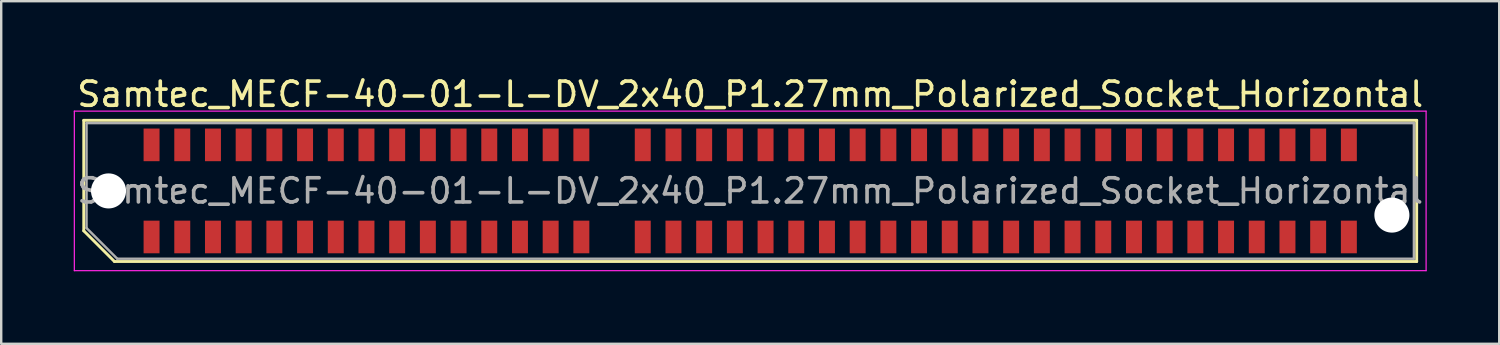
<source format=kicad_pcb>
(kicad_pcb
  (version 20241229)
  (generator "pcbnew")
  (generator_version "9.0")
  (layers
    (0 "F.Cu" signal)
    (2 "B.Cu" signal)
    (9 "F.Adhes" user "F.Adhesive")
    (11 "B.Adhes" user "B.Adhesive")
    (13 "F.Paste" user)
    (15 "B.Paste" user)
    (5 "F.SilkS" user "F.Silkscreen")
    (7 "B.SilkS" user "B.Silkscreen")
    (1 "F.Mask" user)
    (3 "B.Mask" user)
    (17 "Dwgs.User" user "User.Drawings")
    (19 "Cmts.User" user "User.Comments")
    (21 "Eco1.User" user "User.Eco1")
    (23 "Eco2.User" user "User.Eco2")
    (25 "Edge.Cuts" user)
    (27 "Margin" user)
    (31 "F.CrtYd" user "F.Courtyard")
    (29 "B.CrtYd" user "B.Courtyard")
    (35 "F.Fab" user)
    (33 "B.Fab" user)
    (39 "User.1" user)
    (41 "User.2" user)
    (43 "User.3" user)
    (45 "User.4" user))
  (footprint "Samtec_MECF-40-01-L-DV_2x40_P1.27mm_Polarized_Socket_Horizontal"
    (layer "F.Cu")
    (at 27.985 4.848)
    (property "Reference" "Samtec_MECF-40-01-L-DV_2x40_P1.27mm_Polarized_Socket_Horizontal" (at 0 -4 0) (layer "F.SilkS") (effects (font (size 1 1) (thickness 0.15))))
    (attr smd)
    (fp_line (start -27.57 -2.92) (end 27.57 -2.92) (stroke (width 0.12) (type solid)) (layer "F.SilkS"))
    (fp_line (start -27.57 1.65) (end -27.57 -2.92) (stroke (width 0.12) (type solid)) (layer "F.SilkS"))
    (fp_line (start -26.3 2.92) (end -27.57 1.65) (stroke (width 0.12) (type solid)) (layer "F.SilkS"))
    (fp_line (start -26.3 2.92) (end 27.57 2.92) (stroke (width 0.12) (type solid)) (layer "F.SilkS"))
    (fp_line (start 27.57 2.92) (end 27.57 -2.92) (stroke (width 0.12) (type solid)) (layer "F.SilkS"))
    (fp_line (start -27.96 -3.3) (end -27.96 3.3) (stroke (width 0.05) (type solid)) (layer "F.CrtYd"))
    (fp_line (start -27.96 3.3) (end 27.96 3.3) (stroke (width 0.05) (type solid)) (layer "F.CrtYd"))
    (fp_line (start 27.96 -3.3) (end -27.96 -3.3) (stroke (width 0.05) (type solid)) (layer "F.CrtYd"))
    (fp_line (start 27.96 3.3) (end 27.96 -3.3) (stroke (width 0.05) (type solid)) (layer "F.CrtYd"))
    (fp_line (start -27.455 -2.805) (end 27.455 -2.805) (stroke (width 0.1) (type solid)) (layer "F.Fab"))
    (fp_line (start -27.455 1.535) (end -27.455 -2.805) (stroke (width 0.1) (type solid)) (layer "F.Fab"))
    (fp_line (start -27.455 1.535) (end -26.185 2.805) (stroke (width 0.1) (type solid)) (layer "F.Fab"))
    (fp_line (start -26.185 2.805) (end 27.455 2.805) (stroke (width 0.1) (type solid)) (layer "F.Fab"))
    (fp_line (start 27.455 2.805) (end 27.455 -2.805) (stroke (width 0.1) (type solid)) (layer "F.Fab"))
    (fp_text user "${REFERENCE}" (at 0 0 0) (layer "F.Fab") (effects (font (size 1 1) (thickness 0.15))))
    (pad "" np_thru_hole circle (at -26.545 0) (size 1.45 1.45) (drill 1.45) (layers "*.Cu" "*.Mask"))
    (pad "" np_thru_hole circle (at 26.545 1) (size 1.45 1.45) (drill 1.45) (layers "*.Cu" "*.Mask"))
    (pad "1" smd rect (at -24.765 1.905) (size 0.66 1.35) (layers "F.Cu" "F.Mask" "F.Paste"))
    (pad "2" smd rect (at -24.765 -1.905) (size 0.66 1.35) (layers "F.Cu" "F.Mask" "F.Paste"))
    (pad "3" smd rect (at -23.495 1.905) (size 0.66 1.35) (layers "F.Cu" "F.Mask" "F.Paste"))
    (pad "4" smd rect (at -23.495 -1.905) (size 0.66 1.35) (layers "F.Cu" "F.Mask" "F.Paste"))
    (pad "5" smd rect (at -22.225 1.905) (size 0.66 1.35) (layers "F.Cu" "F.Mask" "F.Paste"))
    (pad "6" smd rect (at -22.225 -1.905) (size 0.66 1.35) (layers "F.Cu" "F.Mask" "F.Paste"))
    (pad "7" smd rect (at -20.955 1.905) (size 0.66 1.35) (layers "F.Cu" "F.Mask" "F.Paste"))
    (pad "8" smd rect (at -20.955 -1.905) (size 0.66 1.35) (layers "F.Cu" "F.Mask" "F.Paste"))
    (pad "9" smd rect (at -19.685 1.905) (size 0.66 1.35) (layers "F.Cu" "F.Mask" "F.Paste"))
    (pad "10" smd rect (at -19.685 -1.905) (size 0.66 1.35) (layers "F.Cu" "F.Mask" "F.Paste"))
    (pad "11" smd rect (at -18.415 1.905) (size 0.66 1.35) (layers "F.Cu" "F.Mask" "F.Paste"))
    (pad "12" smd rect (at -18.415 -1.905) (size 0.66 1.35) (layers "F.Cu" "F.Mask" "F.Paste"))
    (pad "13" smd rect (at -17.145 1.905) (size 0.66 1.35) (layers "F.Cu" "F.Mask" "F.Paste"))
    (pad "14" smd rect (at -17.145 -1.905) (size 0.66 1.35) (layers "F.Cu" "F.Mask" "F.Paste"))
    (pad "15" smd rect (at -15.875 1.905) (size 0.66 1.35) (layers "F.Cu" "F.Mask" "F.Paste"))
    (pad "16" smd rect (at -15.875 -1.905) (size 0.66 1.35) (layers "F.Cu" "F.Mask" "F.Paste"))
    (pad "17" smd rect (at -14.605 1.905) (size 0.66 1.35) (layers "F.Cu" "F.Mask" "F.Paste"))
    (pad "18" smd rect (at -14.605 -1.905) (size 0.66 1.35) (layers "F.Cu" "F.Mask" "F.Paste"))
    (pad "19" smd rect (at -13.335 1.905) (size 0.66 1.35) (layers "F.Cu" "F.Mask" "F.Paste"))
    (pad "20" smd rect (at -13.335 -1.905) (size 0.66 1.35) (layers "F.Cu" "F.Mask" "F.Paste"))
    (pad "21" smd rect (at -12.065 1.905) (size 0.66 1.35) (layers "F.Cu" "F.Mask" "F.Paste"))
    (pad "22" smd rect (at -12.065 -1.905) (size 0.66 1.35) (layers "F.Cu" "F.Mask" "F.Paste"))
    (pad "23" smd rect (at -10.795 1.905) (size 0.66 1.35) (layers "F.Cu" "F.Mask" "F.Paste"))
    (pad "24" smd rect (at -10.795 -1.905) (size 0.66 1.35) (layers "F.Cu" "F.Mask" "F.Paste"))
    (pad "25" smd rect (at -9.525 1.905) (size 0.66 1.35) (layers "F.Cu" "F.Mask" "F.Paste"))
    (pad "26" smd rect (at -9.525 -1.905) (size 0.66 1.35) (layers "F.Cu" "F.Mask" "F.Paste"))
    (pad "27" smd rect (at -8.255 1.905) (size 0.66 1.35) (layers "F.Cu" "F.Mask" "F.Paste"))
    (pad "28" smd rect (at -8.255 -1.905) (size 0.66 1.35) (layers "F.Cu" "F.Mask" "F.Paste"))
    (pad "29" smd rect (at -6.985 1.905) (size 0.66 1.35) (layers "F.Cu" "F.Mask" "F.Paste"))
    (pad "30" smd rect (at -6.985 -1.905) (size 0.66 1.35) (layers "F.Cu" "F.Mask" "F.Paste"))
    (pad "33" smd rect (at -4.445 1.905) (size 0.66 1.35) (layers "F.Cu" "F.Mask" "F.Paste"))
    (pad "34" smd rect (at -4.445 -1.905) (size 0.66 1.35) (layers "F.Cu" "F.Mask" "F.Paste"))
    (pad "35" smd rect (at -3.175 1.905) (size 0.66 1.35) (layers "F.Cu" "F.Mask" "F.Paste"))
    (pad "36" smd rect (at -3.175 -1.905) (size 0.66 1.35) (layers "F.Cu" "F.Mask" "F.Paste"))
    (pad "37" smd rect (at -1.905 1.905) (size 0.66 1.35) (layers "F.Cu" "F.Mask" "F.Paste"))
    (pad "38" smd rect (at -1.905 -1.905) (size 0.66 1.35) (layers "F.Cu" "F.Mask" "F.Paste"))
    (pad "39" smd rect (at -0.635 1.905) (size 0.66 1.35) (layers "F.Cu" "F.Mask" "F.Paste"))
    (pad "40" smd rect (at -0.635 -1.905) (size 0.66 1.35) (layers "F.Cu" "F.Mask" "F.Paste"))
    (pad "41" smd rect (at 0.635 1.905) (size 0.66 1.35) (layers "F.Cu" "F.Mask" "F.Paste"))
    (pad "42" smd rect (at 0.635 -1.905) (size 0.66 1.35) (layers "F.Cu" "F.Mask" "F.Paste"))
    (pad "43" smd rect (at 1.905 1.905) (size 0.66 1.35) (layers "F.Cu" "F.Mask" "F.Paste"))
    (pad "44" smd rect (at 1.905 -1.905) (size 0.66 1.35) (layers "F.Cu" "F.Mask" "F.Paste"))
    (pad "45" smd rect (at 3.175 1.905) (size 0.66 1.35) (layers "F.Cu" "F.Mask" "F.Paste"))
    (pad "46" smd rect (at 3.175 -1.905) (size 0.66 1.35) (layers "F.Cu" "F.Mask" "F.Paste"))
    (pad "47" smd rect (at 4.445 1.905) (size 0.66 1.35) (layers "F.Cu" "F.Mask" "F.Paste"))
    (pad "48" smd rect (at 4.445 -1.905) (size 0.66 1.35) (layers "F.Cu" "F.Mask" "F.Paste"))
    (pad "49" smd rect (at 5.715 1.905) (size 0.66 1.35) (layers "F.Cu" "F.Mask" "F.Paste"))
    (pad "50" smd rect (at 5.715 -1.905) (size 0.66 1.35) (layers "F.Cu" "F.Mask" "F.Paste"))
    (pad "51" smd rect (at 6.985 1.905) (size 0.66 1.35) (layers "F.Cu" "F.Mask" "F.Paste"))
    (pad "52" smd rect (at 6.985 -1.905) (size 0.66 1.35) (layers "F.Cu" "F.Mask" "F.Paste"))
    (pad "53" smd rect (at 8.255 1.905) (size 0.66 1.35) (layers "F.Cu" "F.Mask" "F.Paste"))
    (pad "54" smd rect (at 8.255 -1.905) (size 0.66 1.35) (layers "F.Cu" "F.Mask" "F.Paste"))
    (pad "55" smd rect (at 9.525 1.905) (size 0.66 1.35) (layers "F.Cu" "F.Mask" "F.Paste"))
    (pad "56" smd rect (at 9.525 -1.905) (size 0.66 1.35) (layers "F.Cu" "F.Mask" "F.Paste"))
    (pad "57" smd rect (at 10.795 1.905) (size 0.66 1.35) (layers "F.Cu" "F.Mask" "F.Paste"))
    (pad "58" smd rect (at 10.795 -1.905) (size 0.66 1.35) (layers "F.Cu" "F.Mask" "F.Paste"))
    (pad "59" smd rect (at 12.065 1.905) (size 0.66 1.35) (layers "F.Cu" "F.Mask" "F.Paste"))
    (pad "60" smd rect (at 12.065 -1.905) (size 0.66 1.35) (layers "F.Cu" "F.Mask" "F.Paste"))
    (pad "61" smd rect (at 13.335 1.905) (size 0.66 1.35) (layers "F.Cu" "F.Mask" "F.Paste"))
    (pad "62" smd rect (at 13.335 -1.905) (size 0.66 1.35) (layers "F.Cu" "F.Mask" "F.Paste"))
    (pad "63" smd rect (at 14.605 1.905) (size 0.66 1.35) (layers "F.Cu" "F.Mask" "F.Paste"))
    (pad "64" smd rect (at 14.605 -1.905) (size 0.66 1.35) (layers "F.Cu" "F.Mask" "F.Paste"))
    (pad "65" smd rect (at 15.875 1.905) (size 0.66 1.35) (layers "F.Cu" "F.Mask" "F.Paste"))
    (pad "66" smd rect (at 15.875 -1.905) (size 0.66 1.35) (layers "F.Cu" "F.Mask" "F.Paste"))
    (pad "67" smd rect (at 17.145 1.905) (size 0.66 1.35) (layers "F.Cu" "F.Mask" "F.Paste"))
    (pad "68" smd rect (at 17.145 -1.905) (size 0.66 1.35) (layers "F.Cu" "F.Mask" "F.Paste"))
    (pad "69" smd rect (at 18.415 1.905) (size 0.66 1.35) (layers "F.Cu" "F.Mask" "F.Paste"))
    (pad "70" smd rect (at 18.415 -1.905) (size 0.66 1.35) (layers "F.Cu" "F.Mask" "F.Paste"))
    (pad "71" smd rect (at 19.685 1.905) (size 0.66 1.35) (layers "F.Cu" "F.Mask" "F.Paste"))
    (pad "72" smd rect (at 19.685 -1.905) (size 0.66 1.35) (layers "F.Cu" "F.Mask" "F.Paste"))
    (pad "73" smd rect (at 20.955 1.905) (size 0.66 1.35) (layers "F.Cu" "F.Mask" "F.Paste"))
    (pad "74" smd rect (at 20.955 -1.905) (size 0.66 1.35) (layers "F.Cu" "F.Mask" "F.Paste"))
    (pad "75" smd rect (at 22.225 1.905) (size 0.66 1.35) (layers "F.Cu" "F.Mask" "F.Paste"))
    (pad "76" smd rect (at 22.225 -1.905) (size 0.66 1.35) (layers "F.Cu" "F.Mask" "F.Paste"))
    (pad "77" smd rect (at 23.495 1.905) (size 0.66 1.35) (layers "F.Cu" "F.Mask" "F.Paste"))
    (pad "78" smd rect (at 23.495 -1.905) (size 0.66 1.35) (layers "F.Cu" "F.Mask" "F.Paste"))
    (pad "79" smd rect (at 24.765 1.905) (size 0.66 1.35) (layers "F.Cu" "F.Mask" "F.Paste"))
    (pad "80" smd rect (at 24.765 -1.905) (size 0.66 1.35) (layers "F.Cu" "F.Mask" "F.Paste")))
  (gr_rect
    (start -3 -3)
    (end 58.97 11.173)
    (stroke (width 0.1) (type default))
    (fill no)
    (layer "Edge.Cuts")))
</source>
